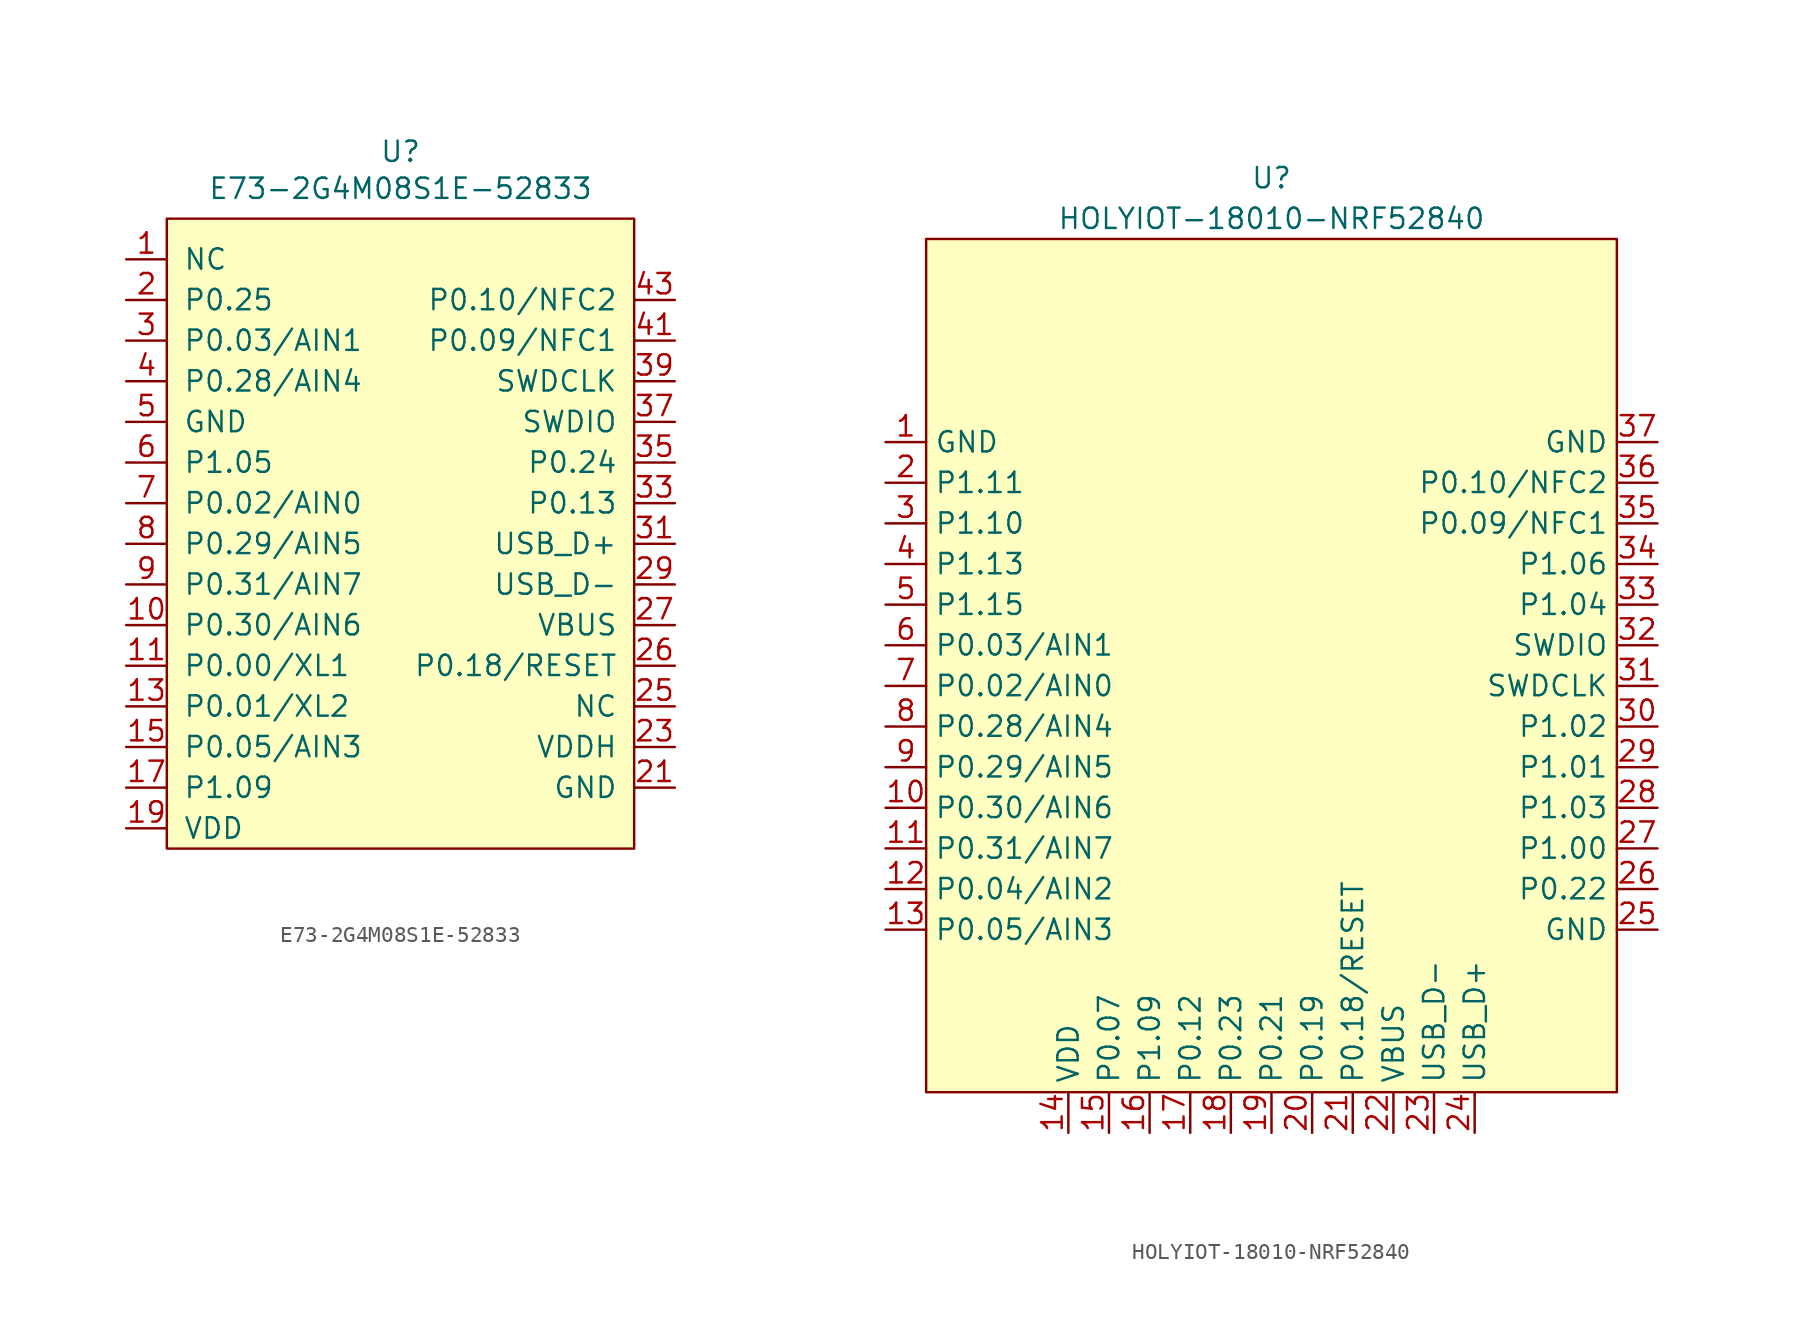
<source format=kicad_sym>
(kicad_symbol_lib
  (version 20241209)
  (generator "kicad_symbol_editor")
  (generator_version "9.0")
  (symbol "E73-2G4M08S1E-52833"
    (pin_names
      (offset 1.016))
    (property "Reference" "U"
      (at -0.635 34.671 0)
      (effects (font (size 1.27 1.27))))
    (property "Value" "E73-2G4M08S1E-52833"
      (at -0.635 32.36 0)
      (effects (font (size 1.27 1.27))))
    (symbol "E73-2G4M08S1E-52833_1_1"
      (rectangle (start -15.24 30.48) (end 13.97 -8.89) (stroke (width 0) (type solid)) (fill (type background)))
      (pin input line (at -17.78 27.94 0) (length 2.54) (name "NC" (effects (font (size 1.27 1.27)))) (number "1" (effects (font (size 1.27 1.27)))))
      (pin input line (at -17.78 25.4 0) (length 2.54) (name "P0.25" (effects (font (size 1.27 1.27)))) (number "2" (effects (font (size 1.27 1.27)))))
      (pin input line (at -17.78 22.86 0) (length 2.54) (name "P0.03/AIN1" (effects (font (size 1.27 1.27)))) (number "3" (effects (font (size 1.27 1.27)))))
      (pin input line (at -17.78 20.32 0) (length 2.54) (name "P0.28/AIN4" (effects (font (size 1.27 1.27)))) (number "4" (effects (font (size 1.27 1.27)))))
      (pin power_in line (at -17.78 17.78 0) (length 2.54) (name "GND" (effects (font (size 1.27 1.27)))) (number "5" (effects (font (size 1.27 1.27)))))
      (pin input line (at -17.78 15.24 0) (length 2.54) (name "P1.05" (effects (font (size 1.27 1.27)))) (number "6" (effects (font (size 1.27 1.27)))))
      (pin input line (at -17.78 12.7 0) (length 2.54) (name "P0.02/AIN0" (effects (font (size 1.27 1.27)))) (number "7" (effects (font (size 1.27 1.27)))))
      (pin input line (at -17.78 10.16 0) (length 2.54) (name "P0.29/AIN5" (effects (font (size 1.27 1.27)))) (number "8" (effects (font (size 1.27 1.27)))))
      (pin input line (at -17.78 7.62 0) (length 2.54) (name "P0.31/AIN7" (effects (font (size 1.27 1.27)))) (number "9" (effects (font (size 1.27 1.27)))))
      (pin input line (at -17.78 5.08 0) (length 2.54) (name "P0.30/AIN6" (effects (font (size 1.27 1.27)))) (number "10" (effects (font (size 1.27 1.27)))))
      (pin input line (at -17.78 2.54 0) (length 2.54) (name "P0.00/XL1" (effects (font (size 1.27 1.27)))) (number "11" (effects (font (size 1.27 1.27)))))
      (pin input line (at -17.78 0 0) (length 2.54) (name "P0.01/XL2" (effects (font (size 1.27 1.27)))) (number "13" (effects (font (size 1.27 1.27)))))
      (pin input line (at -17.78 -2.54 0) (length 2.54) (name "P0.05/AIN3" (effects (font (size 1.27 1.27)))) (number "15" (effects (font (size 1.27 1.27)))))
      (pin input line (at -17.78 -5.08 0) (length 2.54) (name "P1.09" (effects (font (size 1.27 1.27)))) (number "17" (effects (font (size 1.27 1.27)))))
      (pin power_in line (at -17.78 -7.62 0) (length 2.54) (name "VDD" (effects (font (size 1.27 1.27)))) (number "19" (effects (font (size 1.27 1.27)))))
      (pin input line (at 16.51 25.4 180) (length 2.54) (name "P0.10/NFC2" (effects (font (size 1.27 1.27)))) (number "43" (effects (font (size 1.27 1.27)))))
      (pin input line (at 16.51 22.86 180) (length 2.54) (name "P0.09/NFC1" (effects (font (size 1.27 1.27)))) (number "41" (effects (font (size 1.27 1.27)))))
      (pin input line (at 16.51 20.32 180) (length 2.54) (name "SWDCLK" (effects (font (size 1.27 1.27)))) (number "39" (effects (font (size 1.27 1.27)))))
      (pin input line (at 16.51 17.78 180) (length 2.54) (name "SWDIO" (effects (font (size 1.27 1.27)))) (number "37" (effects (font (size 1.27 1.27)))))
      (pin input line (at 16.51 15.24 180) (length 2.54) (name "P0.24" (effects (font (size 1.27 1.27)))) (number "35" (effects (font (size 1.27 1.27)))))
      (pin input line (at 16.51 12.7 180) (length 2.54) (name "P0.13" (effects (font (size 1.27 1.27)))) (number "33" (effects (font (size 1.27 1.27)))))
      (pin input line (at 16.51 10.16 180) (length 2.54) (name "USB_D+" (effects (font (size 1.27 1.27)))) (number "31" (effects (font (size 1.27 1.27)))))
      (pin input line (at 16.51 7.62 180) (length 2.54) (name "USB_D-" (effects (font (size 1.27 1.27)))) (number "29" (effects (font (size 1.27 1.27)))))
      (pin power_in line (at 16.51 5.08 180) (length 2.54) (name "VBUS" (effects (font (size 1.27 1.27)))) (number "27" (effects (font (size 1.27 1.27)))))
      (pin input line (at 16.51 2.54 180) (length 2.54) (name "P0.18/RESET" (effects (font (size 1.27 1.27)))) (number "26" (effects (font (size 1.27 1.27)))))
      (pin power_out line (at 16.51 0 180) (length 2.54) (name "NC" (effects (font (size 1.27 1.27)))) (number "25" (effects (font (size 1.27 1.27)))))
      (pin power_in line (at 16.51 -2.54 180) (length 2.54) (name "VDDH" (effects (font (size 1.27 1.27)))) (number "23" (effects (font (size 1.27 1.27)))))
      (pin power_in line (at 16.51 -5.08 180) (length 2.54) (name "GND" (effects (font (size 1.27 1.27)))) (number "21" (effects (font (size 1.27 1.27)))))))
  (symbol "HOLYIOT-18010-NRF52840"
    (property "Reference" "U"
      (at 0 31.75 0)
      (effects (font (size 1.27 1.27))))
    (property "Value" "HOLYIOT-18010-NRF52840"
      (at 0 29.21 0)
      (effects (font (size 1.27 1.27))))
    (symbol "HOLYIOT-18010-NRF52840_1_1"
      (rectangle (start -21.59 27.94) (end 21.59 -25.4) (stroke (width 0) (type solid)) (fill (type background)))
      (pin power_in line (at -24.13 15.24 0) (length 2.54) (name "GND" (effects (font (size 1.27 1.27)))) (number "1" (effects (font (size 1.27 1.27)))))
      (pin input line (at -24.13 12.7 0) (length 2.54) (name "P1.11" (effects (font (size 1.27 1.27)))) (number "2" (effects (font (size 1.27 1.27)))))
      (pin input line (at -24.13 10.16 0) (length 2.54) (name "P1.10" (effects (font (size 1.27 1.27)))) (number "3" (effects (font (size 1.27 1.27)))))
      (pin input line (at -24.13 7.62 0) (length 2.54) (name "P1.13" (effects (font (size 1.27 1.27)))) (number "4" (effects (font (size 1.27 1.27)))))
      (pin input line (at -24.13 5.08 0) (length 2.54) (name "P1.15" (effects (font (size 1.27 1.27)))) (number "5" (effects (font (size 1.27 1.27)))))
      (pin input line (at -24.13 2.54 0) (length 2.54) (name "P0.03/AIN1" (effects (font (size 1.27 1.27)))) (number "6" (effects (font (size 1.27 1.27)))))
      (pin input line (at -24.13 0 0) (length 2.54) (name "P0.02/AIN0" (effects (font (size 1.27 1.27)))) (number "7" (effects (font (size 1.27 1.27)))))
      (pin input line (at -24.13 -2.54 0) (length 2.54) (name "P0.28/AIN4" (effects (font (size 1.27 1.27)))) (number "8" (effects (font (size 1.27 1.27)))))
      (pin input line (at -24.13 -5.08 0) (length 2.54) (name "P0.29/AIN5" (effects (font (size 1.27 1.27)))) (number "9" (effects (font (size 1.27 1.27)))))
      (pin input line (at -24.13 -7.62 0) (length 2.54) (name "P0.30/AIN6" (effects (font (size 1.27 1.27)))) (number "10" (effects (font (size 1.27 1.27)))))
      (pin input line (at -24.13 -10.16 0) (length 2.54) (name "P0.31/AIN7" (effects (font (size 1.27 1.27)))) (number "11" (effects (font (size 1.27 1.27)))))
      (pin input line (at -24.13 -12.7 0) (length 2.54) (name "P0.04/AIN2" (effects (font (size 1.27 1.27)))) (number "12" (effects (font (size 1.27 1.27)))))
      (pin input line (at -24.13 -15.24 0) (length 2.54) (name "P0.05/AIN3" (effects (font (size 1.27 1.27)))) (number "13" (effects (font (size 1.27 1.27)))))
      (pin power_in line (at -12.7 -27.94 90) (length 2.54) (name "VDD" (effects (font (size 1.27 1.27)))) (number "14" (effects (font (size 1.27 1.27)))))
      (pin input line (at -10.16 -27.94 90) (length 2.54) (name "P0.07" (effects (font (size 1.27 1.27)))) (number "15" (effects (font (size 1.27 1.27)))))
      (pin input line (at -7.62 -27.94 90) (length 2.54) (name "P1.09" (effects (font (size 1.27 1.27)))) (number "16" (effects (font (size 1.27 1.27)))))
      (pin input line (at -5.08 -27.94 90) (length 2.54) (name "P0.12" (effects (font (size 1.27 1.27)))) (number "17" (effects (font (size 1.27 1.27)))))
      (pin input line (at -2.54 -27.94 90) (length 2.54) (name "P0.23" (effects (font (size 1.27 1.27)))) (number "18" (effects (font (size 1.27 1.27)))))
      (pin input line (at 0 -27.94 90) (length 2.54) (name "P0.21" (effects (font (size 1.27 1.27)))) (number "19" (effects (font (size 1.27 1.27)))))
      (pin input line (at 2.54 -27.94 90) (length 2.54) (name "P0.19" (effects (font (size 1.27 1.27)))) (number "20" (effects (font (size 1.27 1.27)))))
      (pin input line (at 5.08 -27.94 90) (length 2.54) (name "P0.18/RESET" (effects (font (size 1.27 1.27)))) (number "21" (effects (font (size 1.27 1.27)))))
      (pin power_in line (at 7.62 -27.94 90) (length 2.54) (name "VBUS" (effects (font (size 1.27 1.27)))) (number "22" (effects (font (size 1.27 1.27)))))
      (pin input line (at 10.16 -27.94 90) (length 2.54) (name "USB_D-" (effects (font (size 1.27 1.27)))) (number "23" (effects (font (size 1.27 1.27)))))
      (pin input line (at 12.7 -27.94 90) (length 2.54) (name "USB_D+" (effects (font (size 1.27 1.27)))) (number "24" (effects (font (size 1.27 1.27)))))
      (pin power_in line (at 24.13 15.24 180) (length 2.54) (name "GND" (effects (font (size 1.27 1.27)))) (number "37" (effects (font (size 1.27 1.27)))))
      (pin input line (at 24.13 12.7 180) (length 2.54) (name "P0.10/NFC2" (effects (font (size 1.27 1.27)))) (number "36" (effects (font (size 1.27 1.27)))))
      (pin input line (at 24.13 10.16 180) (length 2.54) (name "P0.09/NFC1" (effects (font (size 1.27 1.27)))) (number "35" (effects (font (size 1.27 1.27)))))
      (pin input line (at 24.13 7.62 180) (length 2.54) (name "P1.06" (effects (font (size 1.27 1.27)))) (number "34" (effects (font (size 1.27 1.27)))))
      (pin input line (at 24.13 5.08 180) (length 2.54) (name "P1.04" (effects (font (size 1.27 1.27)))) (number "33" (effects (font (size 1.27 1.27)))))
      (pin input line (at 24.13 2.54 180) (length 2.54) (name "SWDIO" (effects (font (size 1.27 1.27)))) (number "32" (effects (font (size 1.27 1.27)))))
      (pin input line (at 24.13 0 180) (length 2.54) (name "SWDCLK" (effects (font (size 1.27 1.27)))) (number "31" (effects (font (size 1.27 1.27)))))
      (pin input line (at 24.13 -2.54 180) (length 2.54) (name "P1.02" (effects (font (size 1.27 1.27)))) (number "30" (effects (font (size 1.27 1.27)))))
      (pin input line (at 24.13 -5.08 180) (length 2.54) (name "P1.01" (effects (font (size 1.27 1.27)))) (number "29" (effects (font (size 1.27 1.27)))))
      (pin input line (at 24.13 -7.62 180) (length 2.54) (name "P1.03" (effects (font (size 1.27 1.27)))) (number "28" (effects (font (size 1.27 1.27)))))
      (pin input line (at 24.13 -10.16 180) (length 2.54) (name "P1.00" (effects (font (size 1.27 1.27)))) (number "27" (effects (font (size 1.27 1.27)))))
      (pin input line (at 24.13 -12.7 180) (length 2.54) (name "P0.22" (effects (font (size 1.27 1.27)))) (number "26" (effects (font (size 1.27 1.27)))))
      (pin power_in line (at 24.13 -15.24 180) (length 2.54) (name "GND" (effects (font (size 1.27 1.27)))) (number "25" (effects (font (size 1.27 1.27))))))))
</source>
